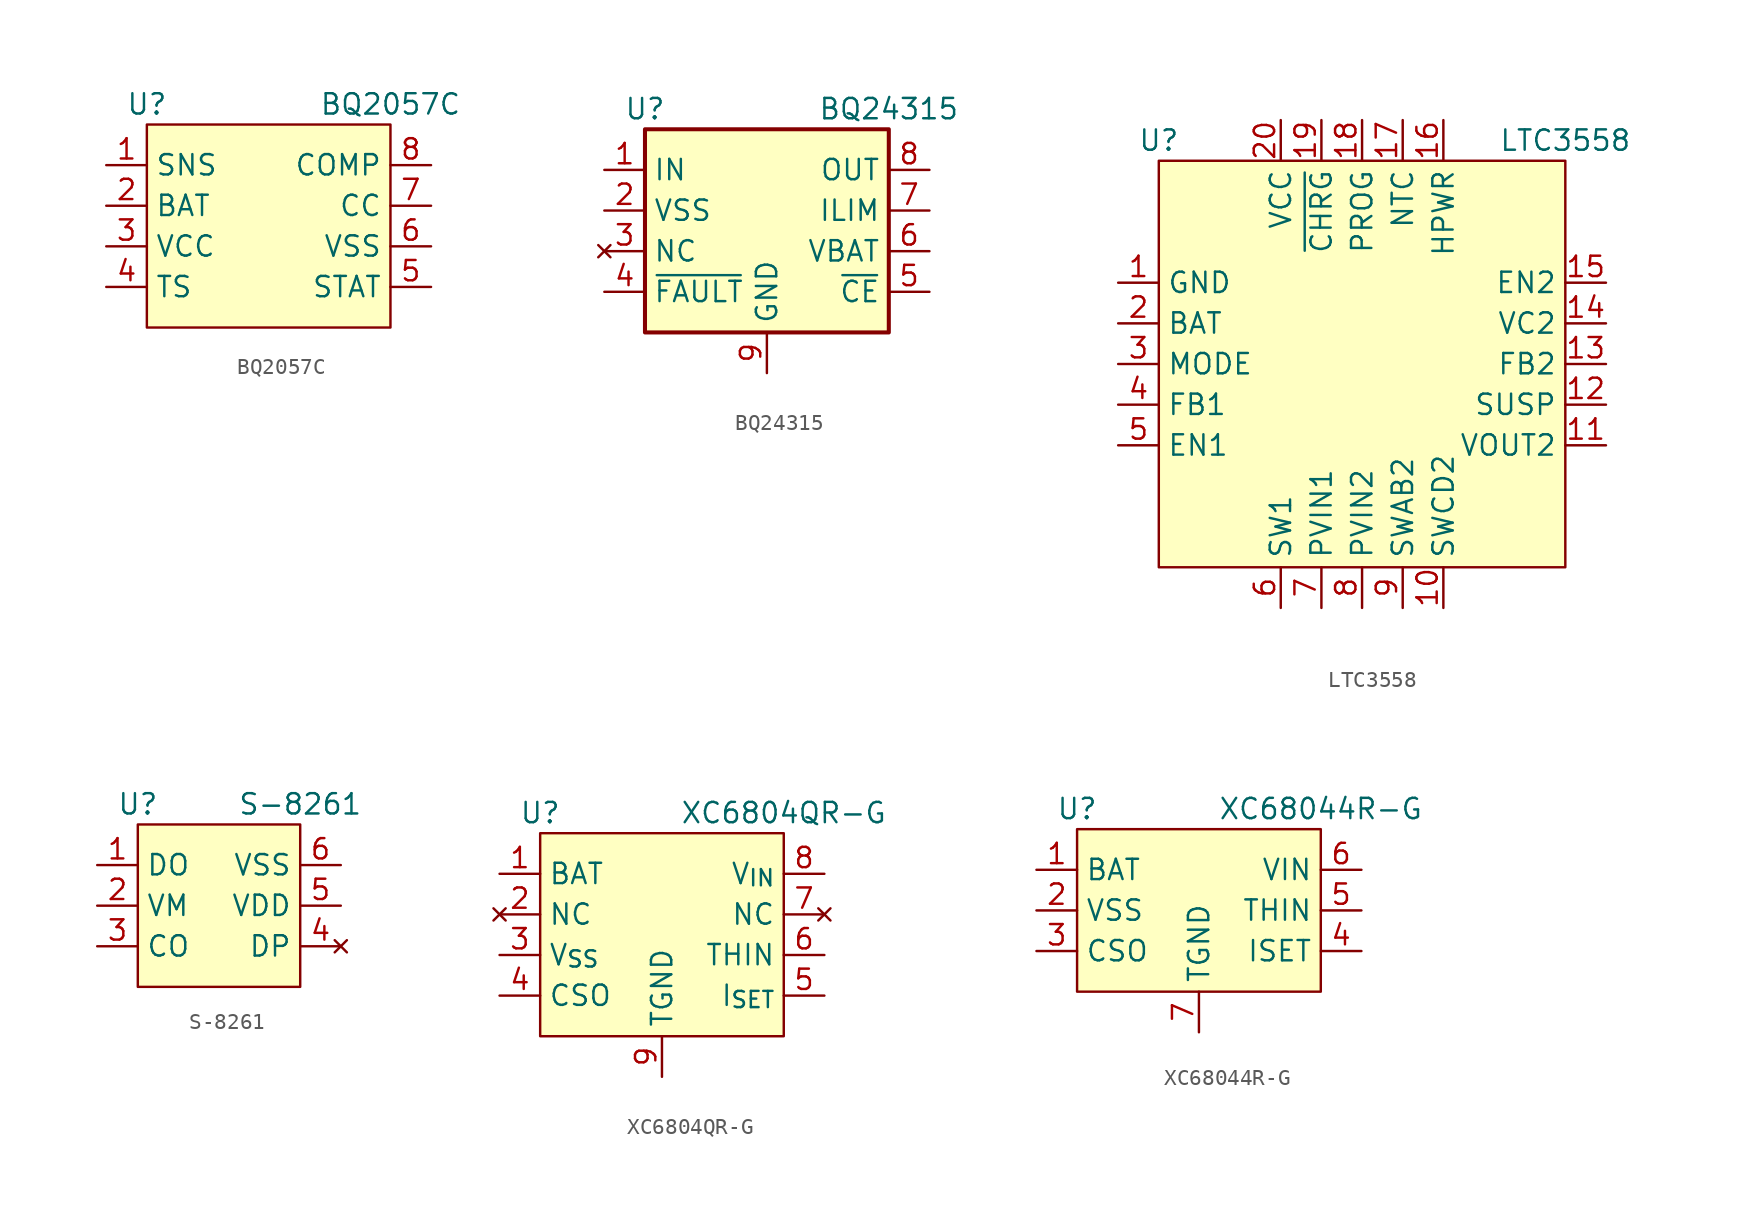
<source format=kicad_sym>
(kicad_symbol_lib
  (version 20231120)
  (generator "kicad_symbol_editor")
  (generator_version "8.0")
  (symbol "BQ2057C"
    (property "Reference" "U"
      (at -7.62 7.62 0)
      (effects (font (size 1.27 1.27))))
    (property "Value" "BQ2057C"
      (at 7.62 7.62 0)
      (effects (font (size 1.27 1.27))))
    (symbol "BQ2057C_0_0"
      (pin input line (at -10.16 3.81 0) (length 2.54) (name "SNS" (effects (font (size 1.27 1.27)))) (number "1" (effects (font (size 1.27 1.27)))))
      (pin input line (at -10.16 1.27 0) (length 2.54) (name "BAT" (effects (font (size 1.27 1.27)))) (number "2" (effects (font (size 1.27 1.27)))))
      (pin power_in line (at -10.16 -1.27 0) (length 2.54) (name "VCC" (effects (font (size 1.27 1.27)))) (number "3" (effects (font (size 1.27 1.27)))))
      (pin input line (at -10.16 -3.81 0) (length 2.54) (name "TS" (effects (font (size 1.27 1.27)))) (number "4" (effects (font (size 1.27 1.27)))))
      (pin output line (at 10.16 -3.81 180) (length 2.54) (name "STAT" (effects (font (size 1.27 1.27)))) (number "5" (effects (font (size 1.27 1.27)))))
      (pin power_in line (at 10.16 -1.27 180) (length 2.54) (name "VSS" (effects (font (size 1.27 1.27)))) (number "6" (effects (font (size 1.27 1.27)))))
      (pin output line (at 10.16 1.27 180) (length 2.54) (name "CC" (effects (font (size 1.27 1.27)))) (number "7" (effects (font (size 1.27 1.27)))))
      (pin input line (at 10.16 3.81 180) (length 2.54) (name "COMP" (effects (font (size 1.27 1.27)))) (number "8" (effects (font (size 1.27 1.27))))))
    (symbol "BQ2057C_0_1"
      (rectangle (start -7.62 6.35) (end 7.62 -6.35) (stroke (width 0) (type default)) (fill (type background)))))
  (symbol "BQ24315"
    (property "Reference" "U"
      (at -7.62 7.62 0)
      (effects (font (size 1.27 1.27))))
    (property "Value" "BQ24315"
      (at 7.62 7.62 0)
      (effects (font (size 1.27 1.27))))
    (symbol "BQ24315_0_1"
      (rectangle (start -7.62 6.35) (end 7.62 -6.35) (stroke (width 0.254) (type default)) (fill (type background))))
    (symbol "BQ24315_1_1"
      (pin power_in line (at -10.16 3.81 0) (length 2.54) (name "IN" (effects (font (size 1.27 1.27)))) (number "1" (effects (font (size 1.27 1.27)))))
      (pin power_in line (at -10.16 1.27 0) (length 2.54) (name "VSS" (effects (font (size 1.27 1.27)))) (number "2" (effects (font (size 1.27 1.27)))))
      (pin no_connect line (at -10.16 -1.27 0) (length 2.54) (name "NC" (effects (font (size 1.27 1.27)))) (number "3" (effects (font (size 1.27 1.27)))))
      (pin output line (at -10.16 -3.81 0) (length 2.54) (name "~{FAULT}" (effects (font (size 1.27 1.27)))) (number "4" (effects (font (size 1.27 1.27)))))
      (pin input line (at 10.16 -3.81 180) (length 2.54) (name "~{CE}" (effects (font (size 1.27 1.27)))) (number "5" (effects (font (size 1.27 1.27)))))
      (pin input line (at 10.16 -1.27 180) (length 2.54) (name "VBAT" (effects (font (size 1.27 1.27)))) (number "6" (effects (font (size 1.27 1.27)))))
      (pin bidirectional line (at 10.16 1.27 180) (length 2.54) (name "ILIM" (effects (font (size 1.27 1.27)))) (number "7" (effects (font (size 1.27 1.27)))))
      (pin power_out line (at 10.16 3.81 180) (length 2.54) (name "OUT" (effects (font (size 1.27 1.27)))) (number "8" (effects (font (size 1.27 1.27)))))
      (pin power_in line (at 0 -8.89 90) (length 2.54) (name "GND" (effects (font (size 1.27 1.27)))) (number "9" (effects (font (size 1.27 1.27)))))))
  (symbol "LTC3558"
    (property "Reference" "U"
      (at -12.7 13.97 0)
      (effects (font (size 1.27 1.27))))
    (property "Value" "LTC3558"
      (at 12.7 13.97 0)
      (effects (font (size 1.27 1.27))))
    (symbol "LTC3558_0_0"
      (pin input line (at -15.24 0 0) (length 2.54) (name "MODE" (effects (font (size 1.27 1.27)))) (number "3" (effects (font (size 1.27 1.27)))))
      (pin passive line (at -15.24 -2.54 0) (length 2.54) (name "FB1" (effects (font (size 1.27 1.27)))) (number "4" (effects (font (size 1.27 1.27)))))
      (pin input line (at -15.24 -5.08 0) (length 2.54) (name "EN1" (effects (font (size 1.27 1.27)))) (number "5" (effects (font (size 1.27 1.27))))))
    (symbol "LTC3558_1_0"
      (pin power_in line (at -15.24 5.08 0) (length 2.54) (name "GND" (effects (font (size 1.27 1.27)))) (number "1" (effects (font (size 1.27 1.27)))))
      (pin power_out line (at -15.24 2.54 0) (length 2.54) (name "BAT" (effects (font (size 1.27 1.27)))) (number "2" (effects (font (size 1.27 1.27)))))
      (pin power_in line (at -15.24 5.08 0) (length 2.54) hide (name "EP" (effects (font (size 1.27 1.27)))) (number "21" (effects (font (size 1.27 1.27))))))
    (symbol "LTC3558_1_1"
      (rectangle (start -12.7 12.7) (end 12.7 -12.7) (stroke (width 0) (type default)) (fill (type background)))
      (pin power_out line (at 5.08 -15.24 90) (length 2.54) (name "SWCD2" (effects (font (size 1.27 1.27)))) (number "10" (effects (font (size 1.27 1.27)))))
      (pin power_out line (at 15.24 -5.08 180) (length 2.54) (name "VOUT2" (effects (font (size 1.27 1.27)))) (number "11" (effects (font (size 1.27 1.27)))))
      (pin input line (at 15.24 -2.54 180) (length 2.54) (name "SUSP" (effects (font (size 1.27 1.27)))) (number "12" (effects (font (size 1.27 1.27)))))
      (pin passive line (at 15.24 0 180) (length 2.54) (name "FB2" (effects (font (size 1.27 1.27)))) (number "13" (effects (font (size 1.27 1.27)))))
      (pin passive line (at 15.24 2.54 180) (length 2.54) (name "VC2" (effects (font (size 1.27 1.27)))) (number "14" (effects (font (size 1.27 1.27)))))
      (pin input line (at 15.24 5.08 180) (length 2.54) (name "EN2" (effects (font (size 1.27 1.27)))) (number "15" (effects (font (size 1.27 1.27)))))
      (pin input line (at 5.08 15.24 270) (length 2.54) (name "HPWR" (effects (font (size 1.27 1.27)))) (number "16" (effects (font (size 1.27 1.27)))))
      (pin input line (at 2.54 15.24 270) (length 2.54) (name "NTC" (effects (font (size 1.27 1.27)))) (number "17" (effects (font (size 1.27 1.27)))))
      (pin passive line (at 0 15.24 270) (length 2.54) (name "PROG" (effects (font (size 1.27 1.27)))) (number "18" (effects (font (size 1.27 1.27)))))
      (pin open_collector line (at -2.54 15.24 270) (length 2.54) (name "~{CHRG}" (effects (font (size 1.27 1.27)))) (number "19" (effects (font (size 1.27 1.27)))))
      (pin power_in line (at -5.08 15.24 270) (length 2.54) (name "VCC" (effects (font (size 1.27 1.27)))) (number "20" (effects (font (size 1.27 1.27)))))
      (pin power_out line (at -5.08 -15.24 90) (length 2.54) (name "SW1" (effects (font (size 1.27 1.27)))) (number "6" (effects (font (size 1.27 1.27)))))
      (pin power_in line (at -2.54 -15.24 90) (length 2.54) (name "PVIN1" (effects (font (size 1.27 1.27)))) (number "7" (effects (font (size 1.27 1.27)))))
      (pin power_in line (at 0 -15.24 90) (length 2.54) (name "PVIN2" (effects (font (size 1.27 1.27)))) (number "8" (effects (font (size 1.27 1.27)))))
      (pin power_out line (at 2.54 -15.24 90) (length 2.54) (name "SWAB2" (effects (font (size 1.27 1.27)))) (number "9" (effects (font (size 1.27 1.27)))))))
  (symbol "S-8261"
    (property "Reference" "U"
      (at -5.08 6.35 0)
      (effects (font (size 1.27 1.27))))
    (property "Value" "S-8261"
      (at 5.08 6.35 0)
      (effects (font (size 1.27 1.27))))
    (symbol "S-8261_1_1"
      (rectangle (start 5.08 5.08) (end -5.08 -5.08) (stroke (width 0) (type default)) (fill (type background)))
      (pin output line (at -7.62 2.54 0) (length 2.54) (name "DO" (effects (font (size 1.27 1.27)))) (number "1" (effects (font (size 1.27 1.27)))))
      (pin input line (at -7.62 0 0) (length 2.54) (name "VM" (effects (font (size 1.27 1.27)))) (number "2" (effects (font (size 1.27 1.27)))))
      (pin output line (at -7.62 -2.54 0) (length 2.54) (name "CO" (effects (font (size 1.27 1.27)))) (number "3" (effects (font (size 1.27 1.27)))))
      (pin no_connect line (at 7.62 -2.54 180) (length 2.54) (name "DP" (effects (font (size 1.27 1.27)))) (number "4" (effects (font (size 1.27 1.27)))))
      (pin power_in line (at 7.62 0 180) (length 2.54) (name "VDD" (effects (font (size 1.27 1.27)))) (number "5" (effects (font (size 1.27 1.27)))))
      (pin power_in line (at 7.62 2.54 180) (length 2.54) (name "VSS" (effects (font (size 1.27 1.27)))) (number "6" (effects (font (size 1.27 1.27)))))))
  (symbol "XC6804QR-G"
    (property "Reference" "U"
      (at -7.62 7.62 0)
      (effects (font (size 1.27 1.27))))
    (property "Value" "XC6804QR-G"
      (at 7.62 7.62 0)
      (effects (font (size 1.27 1.27))))
    (symbol "XC6804QR-G_0_0"
      (pin power_out line (at -10.16 3.81 0) (length 2.54) (name "BAT" (effects (font (size 1.27 1.27)))) (number "1" (effects (font (size 1.27 1.27))))))
    (symbol "XC6804QR-G_1_0"
      (pin no_connect line (at -10.16 1.27 0) (length 2.54) (name "NC" (effects (font (size 1.27 1.27)))) (number "2" (effects (font (size 1.27 1.27)))))
      (pin power_in line (at -10.16 -1.27 0) (length 2.54) (name "V_{SS}" (effects (font (size 1.27 1.27)))) (number "3" (effects (font (size 1.27 1.27)))))
      (pin output line (at -10.16 -3.81 0) (length 2.54) (name "CSO" (effects (font (size 1.27 1.27)))) (number "4" (effects (font (size 1.27 1.27)))))
      (pin input line (at 10.16 -3.81 180) (length 2.54) (name "I_{SET}" (effects (font (size 1.27 1.27)))) (number "5" (effects (font (size 1.27 1.27)))))
      (pin input line (at 10.16 -1.27 180) (length 2.54) (name "THIN" (effects (font (size 1.27 1.27)))) (number "6" (effects (font (size 1.27 1.27)))))
      (pin no_connect line (at 10.16 1.27 180) (length 2.54) (name "NC" (effects (font (size 1.27 1.27)))) (number "7" (effects (font (size 1.27 1.27)))))
      (pin power_in line (at 10.16 3.81 180) (length 2.54) (name "V_{IN}" (effects (font (size 1.27 1.27)))) (number "8" (effects (font (size 1.27 1.27)))))
      (pin power_in line (at 0 -8.89 90) (length 2.54) (name "TGND" (effects (font (size 1.27 1.27)))) (number "9" (effects (font (size 1.27 1.27))))))
    (symbol "XC6804QR-G_1_1"
      (rectangle (start -7.62 6.35) (end 7.62 -6.35) (stroke (width 0) (type default)) (fill (type background)))))
  (symbol "XC68044R-G"
    (property "Reference" "U"
      (at -7.62 6.35 0)
      (effects (font (size 1.27 1.27))))
    (property "Value" "XC68044R-G"
      (at 7.62 6.35 0)
      (effects (font (size 1.27 1.27))))
    (symbol "XC68044R-G_0_0"
      (pin power_out line (at -10.16 2.54 0) (length 2.54) (name "BAT" (effects (font (size 1.27 1.27)))) (number "1" (effects (font (size 1.27 1.27)))))
      (pin power_in line (at -10.16 0 0) (length 2.54) (name "VSS" (effects (font (size 1.27 1.27)))) (number "2" (effects (font (size 1.27 1.27)))))
      (pin output line (at -10.16 -2.54 0) (length 2.54) (name "CSO" (effects (font (size 1.27 1.27)))) (number "3" (effects (font (size 1.27 1.27)))))
      (pin input line (at 10.16 -2.54 180) (length 2.54) (name "ISET" (effects (font (size 1.27 1.27)))) (number "4" (effects (font (size 1.27 1.27)))))
      (pin input line (at 10.16 0 180) (length 2.54) (name "THIN" (effects (font (size 1.27 1.27)))) (number "5" (effects (font (size 1.27 1.27)))))
      (pin power_in line (at 10.16 2.54 180) (length 2.54) (name "VIN" (effects (font (size 1.27 1.27)))) (number "6" (effects (font (size 1.27 1.27))))))
    (symbol "XC68044R-G_1_0"
      (pin power_in line (at 0 -7.62 90) (length 2.54) (name "TGND" (effects (font (size 1.27 1.27)))) (number "7" (effects (font (size 1.27 1.27))))))
    (symbol "XC68044R-G_1_1"
      (rectangle (start -7.62 5.08) (end 7.62 -5.08) (stroke (width 0) (type default)) (fill (type background))))))
</source>
